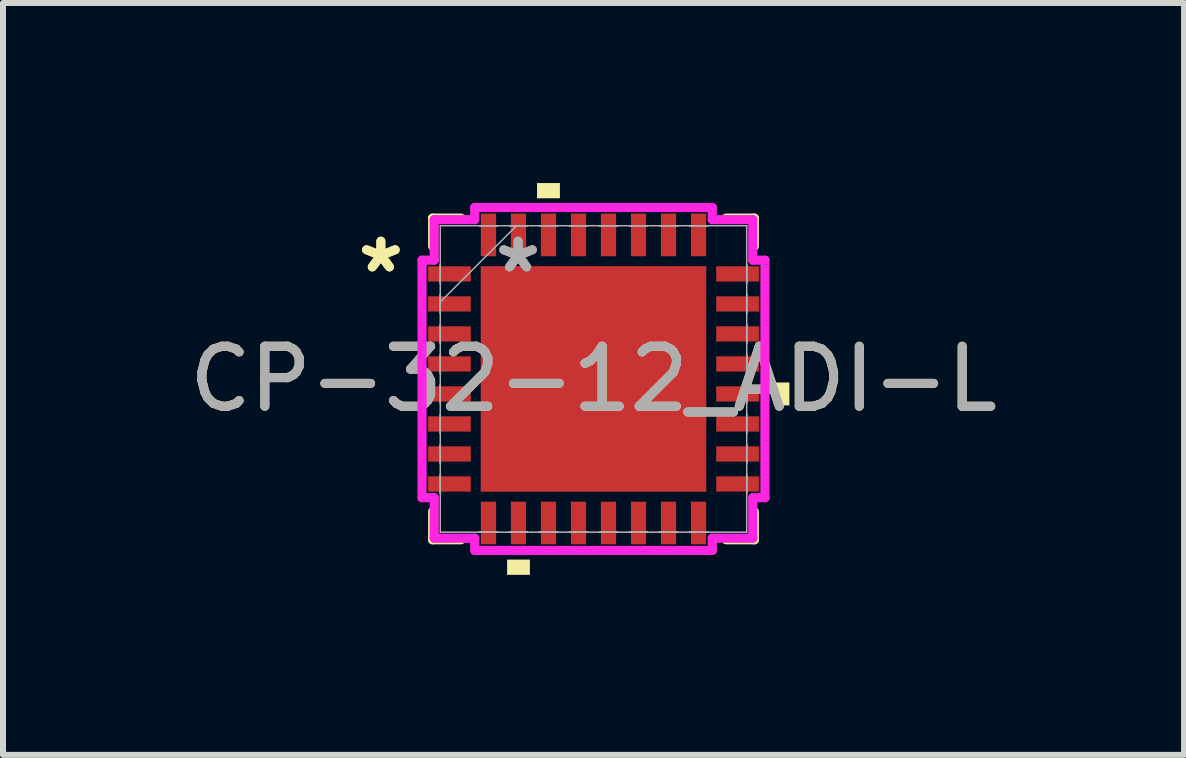
<source format=kicad_pcb>
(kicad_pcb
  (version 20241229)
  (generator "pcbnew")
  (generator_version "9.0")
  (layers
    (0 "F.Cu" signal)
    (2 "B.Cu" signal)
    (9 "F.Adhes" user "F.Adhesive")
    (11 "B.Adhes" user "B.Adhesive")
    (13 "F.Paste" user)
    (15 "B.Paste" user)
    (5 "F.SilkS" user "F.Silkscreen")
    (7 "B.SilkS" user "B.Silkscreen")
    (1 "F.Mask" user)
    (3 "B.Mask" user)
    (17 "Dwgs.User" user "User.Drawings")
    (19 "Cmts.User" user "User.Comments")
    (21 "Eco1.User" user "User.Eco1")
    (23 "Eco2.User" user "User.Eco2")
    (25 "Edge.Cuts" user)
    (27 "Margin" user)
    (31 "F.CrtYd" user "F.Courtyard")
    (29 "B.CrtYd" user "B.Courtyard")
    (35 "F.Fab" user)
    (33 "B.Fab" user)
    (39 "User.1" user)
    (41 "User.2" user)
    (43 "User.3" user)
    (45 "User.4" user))
  (footprint "CP-32-12_ADI-L"
    (layer "F.Cu")
    (at 6.839 3.264)
    (property "Reference" "CP-32-12_ADI-L" (at 0 0 0) (unlocked yes) (layer "F.SilkS") (effects (font (size 1 1) (thickness 0.15))))
    (attr smd)
    (fp_line (start -2.68 -2.68) (end -2.68 -2.21) (stroke (width 0.152) (type solid)) (layer "F.SilkS"))
    (fp_line (start -2.68 2.21) (end -2.68 2.68) (stroke (width 0.152) (type solid)) (layer "F.SilkS"))
    (fp_line (start -2.68 2.68) (end -2.21 2.68) (stroke (width 0.152) (type solid)) (layer "F.SilkS"))
    (fp_line (start -2.21 -2.68) (end -2.68 -2.68) (stroke (width 0.152) (type solid)) (layer "F.SilkS"))
    (fp_line (start 2.21 2.68) (end 2.68 2.68) (stroke (width 0.152) (type solid)) (layer "F.SilkS"))
    (fp_line (start 2.68 -2.68) (end 2.21 -2.68) (stroke (width 0.152) (type solid)) (layer "F.SilkS"))
    (fp_line (start 2.68 -2.21) (end 2.68 -2.68) (stroke (width 0.152) (type solid)) (layer "F.SilkS"))
    (fp_line (start 2.68 2.68) (end 2.68 2.21) (stroke (width 0.152) (type solid)) (layer "F.SilkS"))
    (fp_poly (pts (xy -1.44 3.01) (xy -1.44 3.264) (xy -1.06 3.264) (xy -1.06 3.01)) (stroke (width 0) (type solid)) (fill yes) (layer "F.SilkS"))
    (fp_poly (pts (xy -0.941 -3.01) (xy -0.941 -3.264) (xy -0.56 -3.264) (xy -0.56 -3.01)) (stroke (width 0) (type solid)) (fill yes) (layer "F.SilkS"))
    (fp_poly (pts (xy 3.264 0.059) (xy 3.264 0.441) (xy 3.01 0.441) (xy 3.01 0.059)) (stroke (width 0) (type solid)) (fill yes) (layer "F.SilkS"))
    (fp_line (start -2.857 -1.979) (end -2.654 -1.979) (stroke (width 0.152) (type solid)) (layer "F.CrtYd"))
    (fp_line (start -2.857 1.979) (end -2.857 -1.979) (stroke (width 0.152) (type solid)) (layer "F.CrtYd"))
    (fp_line (start -2.654 -2.654) (end -1.979 -2.654) (stroke (width 0.152) (type solid)) (layer "F.CrtYd"))
    (fp_line (start -2.654 -1.979) (end -2.654 -2.654) (stroke (width 0.152) (type solid)) (layer "F.CrtYd"))
    (fp_line (start -2.654 1.979) (end -2.857 1.979) (stroke (width 0.152) (type solid)) (layer "F.CrtYd"))
    (fp_line (start -2.654 2.654) (end -2.654 1.979) (stroke (width 0.152) (type solid)) (layer "F.CrtYd"))
    (fp_line (start -1.979 -2.857) (end 1.979 -2.857) (stroke (width 0.152) (type solid)) (layer "F.CrtYd"))
    (fp_line (start -1.979 -2.654) (end -1.979 -2.857) (stroke (width 0.152) (type solid)) (layer "F.CrtYd"))
    (fp_line (start -1.979 2.654) (end -2.654 2.654) (stroke (width 0.152) (type solid)) (layer "F.CrtYd"))
    (fp_line (start -1.979 2.857) (end -1.979 2.654) (stroke (width 0.152) (type solid)) (layer "F.CrtYd"))
    (fp_line (start 1.979 -2.857) (end 1.979 -2.654) (stroke (width 0.152) (type solid)) (layer "F.CrtYd"))
    (fp_line (start 1.979 -2.654) (end 2.654 -2.654) (stroke (width 0.152) (type solid)) (layer "F.CrtYd"))
    (fp_line (start 1.979 2.654) (end 1.979 2.857) (stroke (width 0.152) (type solid)) (layer "F.CrtYd"))
    (fp_line (start 1.979 2.857) (end -1.979 2.857) (stroke (width 0.152) (type solid)) (layer "F.CrtYd"))
    (fp_line (start 2.654 -2.654) (end 2.654 -1.979) (stroke (width 0.152) (type solid)) (layer "F.CrtYd"))
    (fp_line (start 2.654 -1.979) (end 2.857 -1.979) (stroke (width 0.152) (type solid)) (layer "F.CrtYd"))
    (fp_line (start 2.654 1.979) (end 2.654 2.654) (stroke (width 0.152) (type solid)) (layer "F.CrtYd"))
    (fp_line (start 2.654 2.654) (end 1.979 2.654) (stroke (width 0.152) (type solid)) (layer "F.CrtYd"))
    (fp_line (start 2.857 -1.979) (end 2.857 1.979) (stroke (width 0.152) (type solid)) (layer "F.CrtYd"))
    (fp_line (start 2.857 1.979) (end 2.654 1.979) (stroke (width 0.152) (type solid)) (layer "F.CrtYd"))
    (fp_line (start -2.553 -2.553) (end -2.553 2.553) (stroke (width 0.025) (type solid)) (layer "F.Fab"))
    (fp_line (start -2.553 -1.902) (end -2.553 -1.902) (stroke (width 0.025) (type solid)) (layer "F.Fab"))
    (fp_line (start -2.553 -1.902) (end -2.553 -1.598) (stroke (width 0.025) (type solid)) (layer "F.Fab"))
    (fp_line (start -2.553 -1.598) (end -2.553 -1.902) (stroke (width 0.025) (type solid)) (layer "F.Fab"))
    (fp_line (start -2.553 -1.598) (end -2.553 -1.598) (stroke (width 0.025) (type solid)) (layer "F.Fab"))
    (fp_line (start -2.553 -1.402) (end -2.553 -1.402) (stroke (width 0.025) (type solid)) (layer "F.Fab"))
    (fp_line (start -2.553 -1.402) (end -2.553 -1.098) (stroke (width 0.025) (type solid)) (layer "F.Fab"))
    (fp_line (start -2.553 -1.283) (end -1.283 -2.553) (stroke (width 0.025) (type solid)) (layer "F.Fab"))
    (fp_line (start -2.553 -1.098) (end -2.553 -1.402) (stroke (width 0.025) (type solid)) (layer "F.Fab"))
    (fp_line (start -2.553 -1.098) (end -2.553 -1.098) (stroke (width 0.025) (type solid)) (layer "F.Fab"))
    (fp_line (start -2.553 -0.902) (end -2.553 -0.902) (stroke (width 0.025) (type solid)) (layer "F.Fab"))
    (fp_line (start -2.553 -0.902) (end -2.553 -0.598) (stroke (width 0.025) (type solid)) (layer "F.Fab"))
    (fp_line (start -2.553 -0.598) (end -2.553 -0.902) (stroke (width 0.025) (type solid)) (layer "F.Fab"))
    (fp_line (start -2.553 -0.598) (end -2.553 -0.598) (stroke (width 0.025) (type solid)) (layer "F.Fab"))
    (fp_line (start -2.553 -0.402) (end -2.553 -0.402) (stroke (width 0.025) (type solid)) (layer "F.Fab"))
    (fp_line (start -2.553 -0.402) (end -2.553 -0.098) (stroke (width 0.025) (type solid)) (layer "F.Fab"))
    (fp_line (start -2.553 -0.098) (end -2.553 -0.402) (stroke (width 0.025) (type solid)) (layer "F.Fab"))
    (fp_line (start -2.553 -0.098) (end -2.553 -0.098) (stroke (width 0.025) (type solid)) (layer "F.Fab"))
    (fp_line (start -2.553 0.098) (end -2.553 0.098) (stroke (width 0.025) (type solid)) (layer "F.Fab"))
    (fp_line (start -2.553 0.098) (end -2.553 0.402) (stroke (width 0.025) (type solid)) (layer "F.Fab"))
    (fp_line (start -2.553 0.402) (end -2.553 0.098) (stroke (width 0.025) (type solid)) (layer "F.Fab"))
    (fp_line (start -2.553 0.402) (end -2.553 0.402) (stroke (width 0.025) (type solid)) (layer "F.Fab"))
    (fp_line (start -2.553 0.598) (end -2.553 0.598) (stroke (width 0.025) (type solid)) (layer "F.Fab"))
    (fp_line (start -2.553 0.598) (end -2.553 0.902) (stroke (width 0.025) (type solid)) (layer "F.Fab"))
    (fp_line (start -2.553 0.902) (end -2.553 0.598) (stroke (width 0.025) (type solid)) (layer "F.Fab"))
    (fp_line (start -2.553 0.902) (end -2.553 0.902) (stroke (width 0.025) (type solid)) (layer "F.Fab"))
    (fp_line (start -2.553 1.098) (end -2.553 1.098) (stroke (width 0.025) (type solid)) (layer "F.Fab"))
    (fp_line (start -2.553 1.098) (end -2.553 1.402) (stroke (width 0.025) (type solid)) (layer "F.Fab"))
    (fp_line (start -2.553 1.402) (end -2.553 1.098) (stroke (width 0.025) (type solid)) (layer "F.Fab"))
    (fp_line (start -2.553 1.402) (end -2.553 1.402) (stroke (width 0.025) (type solid)) (layer "F.Fab"))
    (fp_line (start -2.553 1.598) (end -2.553 1.598) (stroke (width 0.025) (type solid)) (layer "F.Fab"))
    (fp_line (start -2.553 1.598) (end -2.553 1.902) (stroke (width 0.025) (type solid)) (layer "F.Fab"))
    (fp_line (start -2.553 1.902) (end -2.553 1.598) (stroke (width 0.025) (type solid)) (layer "F.Fab"))
    (fp_line (start -2.553 1.902) (end -2.553 1.902) (stroke (width 0.025) (type solid)) (layer "F.Fab"))
    (fp_line (start -2.553 2.553) (end 2.553 2.553) (stroke (width 0.025) (type solid)) (layer "F.Fab"))
    (fp_line (start -1.902 -2.553) (end -1.902 -2.553) (stroke (width 0.025) (type solid)) (layer "F.Fab"))
    (fp_line (start -1.902 -2.553) (end -1.598 -2.553) (stroke (width 0.025) (type solid)) (layer "F.Fab"))
    (fp_line (start -1.902 2.553) (end -1.902 2.553) (stroke (width 0.025) (type solid)) (layer "F.Fab"))
    (fp_line (start -1.902 2.553) (end -1.598 2.553) (stroke (width 0.025) (type solid)) (layer "F.Fab"))
    (fp_line (start -1.598 -2.553) (end -1.902 -2.553) (stroke (width 0.025) (type solid)) (layer "F.Fab"))
    (fp_line (start -1.598 -2.553) (end -1.598 -2.553) (stroke (width 0.025) (type solid)) (layer "F.Fab"))
    (fp_line (start -1.598 2.553) (end -1.902 2.553) (stroke (width 0.025) (type solid)) (layer "F.Fab"))
    (fp_line (start -1.598 2.553) (end -1.598 2.553) (stroke (width 0.025) (type solid)) (layer "F.Fab"))
    (fp_line (start -1.402 -2.553) (end -1.402 -2.553) (stroke (width 0.025) (type solid)) (layer "F.Fab"))
    (fp_line (start -1.402 -2.553) (end -1.098 -2.553) (stroke (width 0.025) (type solid)) (layer "F.Fab"))
    (fp_line (start -1.402 2.553) (end -1.402 2.553) (stroke (width 0.025) (type solid)) (layer "F.Fab"))
    (fp_line (start -1.402 2.553) (end -1.098 2.553) (stroke (width 0.025) (type solid)) (layer "F.Fab"))
    (fp_line (start -1.098 -2.553) (end -1.402 -2.553) (stroke (width 0.025) (type solid)) (layer "F.Fab"))
    (fp_line (start -1.098 -2.553) (end -1.098 -2.553) (stroke (width 0.025) (type solid)) (layer "F.Fab"))
    (fp_line (start -1.098 2.553) (end -1.402 2.553) (stroke (width 0.025) (type solid)) (layer "F.Fab"))
    (fp_line (start -1.098 2.553) (end -1.098 2.553) (stroke (width 0.025) (type solid)) (layer "F.Fab"))
    (fp_line (start -0.902 -2.553) (end -0.902 -2.553) (stroke (width 0.025) (type solid)) (layer "F.Fab"))
    (fp_line (start -0.902 -2.553) (end -0.598 -2.553) (stroke (width 0.025) (type solid)) (layer "F.Fab"))
    (fp_line (start -0.902 2.553) (end -0.902 2.553) (stroke (width 0.025) (type solid)) (layer "F.Fab"))
    (fp_line (start -0.902 2.553) (end -0.598 2.553) (stroke (width 0.025) (type solid)) (layer "F.Fab"))
    (fp_line (start -0.598 -2.553) (end -0.902 -2.553) (stroke (width 0.025) (type solid)) (layer "F.Fab"))
    (fp_line (start -0.598 -2.553) (end -0.598 -2.553) (stroke (width 0.025) (type solid)) (layer "F.Fab"))
    (fp_line (start -0.598 2.553) (end -0.902 2.553) (stroke (width 0.025) (type solid)) (layer "F.Fab"))
    (fp_line (start -0.598 2.553) (end -0.598 2.553) (stroke (width 0.025) (type solid)) (layer "F.Fab"))
    (fp_line (start -0.402 -2.553) (end -0.402 -2.553) (stroke (width 0.025) (type solid)) (layer "F.Fab"))
    (fp_line (start -0.402 -2.553) (end -0.098 -2.553) (stroke (width 0.025) (type solid)) (layer "F.Fab"))
    (fp_line (start -0.402 2.553) (end -0.402 2.553) (stroke (width 0.025) (type solid)) (layer "F.Fab"))
    (fp_line (start -0.402 2.553) (end -0.098 2.553) (stroke (width 0.025) (type solid)) (layer "F.Fab"))
    (fp_line (start -0.098 -2.553) (end -0.402 -2.553) (stroke (width 0.025) (type solid)) (layer "F.Fab"))
    (fp_line (start -0.098 -2.553) (end -0.098 -2.553) (stroke (width 0.025) (type solid)) (layer "F.Fab"))
    (fp_line (start -0.098 2.553) (end -0.402 2.553) (stroke (width 0.025) (type solid)) (layer "F.Fab"))
    (fp_line (start -0.098 2.553) (end -0.098 2.553) (stroke (width 0.025) (type solid)) (layer "F.Fab"))
    (fp_line (start 0.098 -2.553) (end 0.098 -2.553) (stroke (width 0.025) (type solid)) (layer "F.Fab"))
    (fp_line (start 0.098 -2.553) (end 0.402 -2.553) (stroke (width 0.025) (type solid)) (layer "F.Fab"))
    (fp_line (start 0.098 2.553) (end 0.098 2.553) (stroke (width 0.025) (type solid)) (layer "F.Fab"))
    (fp_line (start 0.098 2.553) (end 0.402 2.553) (stroke (width 0.025) (type solid)) (layer "F.Fab"))
    (fp_line (start 0.402 -2.553) (end 0.098 -2.553) (stroke (width 0.025) (type solid)) (layer "F.Fab"))
    (fp_line (start 0.402 -2.553) (end 0.402 -2.553) (stroke (width 0.025) (type solid)) (layer "F.Fab"))
    (fp_line (start 0.402 2.553) (end 0.098 2.553) (stroke (width 0.025) (type solid)) (layer "F.Fab"))
    (fp_line (start 0.402 2.553) (end 0.402 2.553) (stroke (width 0.025) (type solid)) (layer "F.Fab"))
    (fp_line (start 0.598 -2.553) (end 0.598 -2.553) (stroke (width 0.025) (type solid)) (layer "F.Fab"))
    (fp_line (start 0.598 -2.553) (end 0.902 -2.553) (stroke (width 0.025) (type solid)) (layer "F.Fab"))
    (fp_line (start 0.598 2.553) (end 0.598 2.553) (stroke (width 0.025) (type solid)) (layer "F.Fab"))
    (fp_line (start 0.598 2.553) (end 0.902 2.553) (stroke (width 0.025) (type solid)) (layer "F.Fab"))
    (fp_line (start 0.902 -2.553) (end 0.598 -2.553) (stroke (width 0.025) (type solid)) (layer "F.Fab"))
    (fp_line (start 0.902 -2.553) (end 0.902 -2.553) (stroke (width 0.025) (type solid)) (layer "F.Fab"))
    (fp_line (start 0.902 2.553) (end 0.598 2.553) (stroke (width 0.025) (type solid)) (layer "F.Fab"))
    (fp_line (start 0.902 2.553) (end 0.902 2.553) (stroke (width 0.025) (type solid)) (layer "F.Fab"))
    (fp_line (start 1.098 -2.553) (end 1.098 -2.553) (stroke (width 0.025) (type solid)) (layer "F.Fab"))
    (fp_line (start 1.098 -2.553) (end 1.402 -2.553) (stroke (width 0.025) (type solid)) (layer "F.Fab"))
    (fp_line (start 1.098 2.553) (end 1.098 2.553) (stroke (width 0.025) (type solid)) (layer "F.Fab"))
    (fp_line (start 1.098 2.553) (end 1.402 2.553) (stroke (width 0.025) (type solid)) (layer "F.Fab"))
    (fp_line (start 1.402 -2.553) (end 1.098 -2.553) (stroke (width 0.025) (type solid)) (layer "F.Fab"))
    (fp_line (start 1.402 -2.553) (end 1.402 -2.553) (stroke (width 0.025) (type solid)) (layer "F.Fab"))
    (fp_line (start 1.402 2.553) (end 1.098 2.553) (stroke (width 0.025) (type solid)) (layer "F.Fab"))
    (fp_line (start 1.402 2.553) (end 1.402 2.553) (stroke (width 0.025) (type solid)) (layer "F.Fab"))
    (fp_line (start 1.598 -2.553) (end 1.598 -2.553) (stroke (width 0.025) (type solid)) (layer "F.Fab"))
    (fp_line (start 1.598 -2.553) (end 1.902 -2.553) (stroke (width 0.025) (type solid)) (layer "F.Fab"))
    (fp_line (start 1.598 2.553) (end 1.598 2.553) (stroke (width 0.025) (type solid)) (layer "F.Fab"))
    (fp_line (start 1.598 2.553) (end 1.902 2.553) (stroke (width 0.025) (type solid)) (layer "F.Fab"))
    (fp_line (start 1.902 -2.553) (end 1.598 -2.553) (stroke (width 0.025) (type solid)) (layer "F.Fab"))
    (fp_line (start 1.902 -2.553) (end 1.902 -2.553) (stroke (width 0.025) (type solid)) (layer "F.Fab"))
    (fp_line (start 1.902 2.553) (end 1.598 2.553) (stroke (width 0.025) (type solid)) (layer "F.Fab"))
    (fp_line (start 1.902 2.553) (end 1.902 2.553) (stroke (width 0.025) (type solid)) (layer "F.Fab"))
    (fp_line (start 2.553 -2.553) (end -2.553 -2.553) (stroke (width 0.025) (type solid)) (layer "F.Fab"))
    (fp_line (start 2.553 -1.902) (end 2.553 -1.902) (stroke (width 0.025) (type solid)) (layer "F.Fab"))
    (fp_line (start 2.553 -1.902) (end 2.553 -1.598) (stroke (width 0.025) (type solid)) (layer "F.Fab"))
    (fp_line (start 2.553 -1.598) (end 2.553 -1.902) (stroke (width 0.025) (type solid)) (layer "F.Fab"))
    (fp_line (start 2.553 -1.598) (end 2.553 -1.598) (stroke (width 0.025) (type solid)) (layer "F.Fab"))
    (fp_line (start 2.553 -1.402) (end 2.553 -1.402) (stroke (width 0.025) (type solid)) (layer "F.Fab"))
    (fp_line (start 2.553 -1.402) (end 2.553 -1.098) (stroke (width 0.025) (type solid)) (layer "F.Fab"))
    (fp_line (start 2.553 -1.098) (end 2.553 -1.402) (stroke (width 0.025) (type solid)) (layer "F.Fab"))
    (fp_line (start 2.553 -1.098) (end 2.553 -1.098) (stroke (width 0.025) (type solid)) (layer "F.Fab"))
    (fp_line (start 2.553 -0.902) (end 2.553 -0.902) (stroke (width 0.025) (type solid)) (layer "F.Fab"))
    (fp_line (start 2.553 -0.902) (end 2.553 -0.598) (stroke (width 0.025) (type solid)) (layer "F.Fab"))
    (fp_line (start 2.553 -0.598) (end 2.553 -0.902) (stroke (width 0.025) (type solid)) (layer "F.Fab"))
    (fp_line (start 2.553 -0.598) (end 2.553 -0.598) (stroke (width 0.025) (type solid)) (layer "F.Fab"))
    (fp_line (start 2.553 -0.402) (end 2.553 -0.402) (stroke (width 0.025) (type solid)) (layer "F.Fab"))
    (fp_line (start 2.553 -0.402) (end 2.553 -0.098) (stroke (width 0.025) (type solid)) (layer "F.Fab"))
    (fp_line (start 2.553 -0.098) (end 2.553 -0.402) (stroke (width 0.025) (type solid)) (layer "F.Fab"))
    (fp_line (start 2.553 -0.098) (end 2.553 -0.098) (stroke (width 0.025) (type solid)) (layer "F.Fab"))
    (fp_line (start 2.553 0.098) (end 2.553 0.098) (stroke (width 0.025) (type solid)) (layer "F.Fab"))
    (fp_line (start 2.553 0.098) (end 2.553 0.402) (stroke (width 0.025) (type solid)) (layer "F.Fab"))
    (fp_line (start 2.553 0.402) (end 2.553 0.098) (stroke (width 0.025) (type solid)) (layer "F.Fab"))
    (fp_line (start 2.553 0.402) (end 2.553 0.402) (stroke (width 0.025) (type solid)) (layer "F.Fab"))
    (fp_line (start 2.553 0.598) (end 2.553 0.598) (stroke (width 0.025) (type solid)) (layer "F.Fab"))
    (fp_line (start 2.553 0.598) (end 2.553 0.902) (stroke (width 0.025) (type solid)) (layer "F.Fab"))
    (fp_line (start 2.553 0.902) (end 2.553 0.598) (stroke (width 0.025) (type solid)) (layer "F.Fab"))
    (fp_line (start 2.553 0.902) (end 2.553 0.902) (stroke (width 0.025) (type solid)) (layer "F.Fab"))
    (fp_line (start 2.553 1.098) (end 2.553 1.098) (stroke (width 0.025) (type solid)) (layer "F.Fab"))
    (fp_line (start 2.553 1.098) (end 2.553 1.402) (stroke (width 0.025) (type solid)) (layer "F.Fab"))
    (fp_line (start 2.553 1.402) (end 2.553 1.098) (stroke (width 0.025) (type solid)) (layer "F.Fab"))
    (fp_line (start 2.553 1.402) (end 2.553 1.402) (stroke (width 0.025) (type solid)) (layer "F.Fab"))
    (fp_line (start 2.553 1.598) (end 2.553 1.598) (stroke (width 0.025) (type solid)) (layer "F.Fab"))
    (fp_line (start 2.553 1.598) (end 2.553 1.902) (stroke (width 0.025) (type solid)) (layer "F.Fab"))
    (fp_line (start 2.553 1.902) (end 2.553 1.598) (stroke (width 0.025) (type solid)) (layer "F.Fab"))
    (fp_line (start 2.553 1.902) (end 2.553 1.902) (stroke (width 0.025) (type solid)) (layer "F.Fab"))
    (fp_line (start 2.553 2.553) (end 2.553 -2.553) (stroke (width 0.025) (type solid)) (layer "F.Fab"))
    (fp_text user "*" (at -3.543 -1.75 0) (layer "F.SilkS") (effects (font (size 1 1) (thickness 0.15))))
    (fp_text user "*" (at -3.543 -1.75 0) (unlocked yes) (layer "F.SilkS") (effects (font (size 1 1) (thickness 0.15))))
    (fp_text user "*" (at -1.257 -1.75 0) (layer "F.Fab") (effects (font (size 1 1) (thickness 0.15))))
    (fp_text user "*" (at -1.257 -1.75 0) (unlocked yes) (layer "F.Fab") (effects (font (size 1 1) (thickness 0.15))))
    (fp_text user "${REFERENCE}" (at 0 0 0) (unlocked yes) (layer "F.Fab") (effects (font (size 1 1) (thickness 0.15))))
    (pad "1" smd rect (at -2.4 -1.75 90) (size 0.254 0.711) (layers "F.Cu" "F.Mask" "F.Paste"))
    (pad "2" smd rect (at -2.4 -1.25 90) (size 0.254 0.711) (layers "F.Cu" "F.Mask" "F.Paste"))
    (pad "3" smd rect (at -2.4 -0.75 90) (size 0.254 0.711) (layers "F.Cu" "F.Mask" "F.Paste"))
    (pad "4" smd rect (at -2.4 -0.25 90) (size 0.254 0.711) (layers "F.Cu" "F.Mask" "F.Paste"))
    (pad "5" smd rect (at -2.4 0.25 90) (size 0.254 0.711) (layers "F.Cu" "F.Mask" "F.Paste"))
    (pad "6" smd rect (at -2.4 0.75 90) (size 0.254 0.711) (layers "F.Cu" "F.Mask" "F.Paste"))
    (pad "7" smd rect (at -2.4 1.25 90) (size 0.254 0.711) (layers "F.Cu" "F.Mask" "F.Paste"))
    (pad "8" smd rect (at -2.4 1.75 90) (size 0.254 0.711) (layers "F.Cu" "F.Mask" "F.Paste"))
    (pad "9" smd rect (at -1.75 2.4) (size 0.254 0.711) (layers "F.Cu" "F.Mask" "F.Paste"))
    (pad "10" smd rect (at -1.25 2.4) (size 0.254 0.711) (layers "F.Cu" "F.Mask" "F.Paste"))
    (pad "11" smd rect (at -0.75 2.4) (size 0.254 0.711) (layers "F.Cu" "F.Mask" "F.Paste"))
    (pad "12" smd rect (at -0.25 2.4) (size 0.254 0.711) (layers "F.Cu" "F.Mask" "F.Paste"))
    (pad "13" smd rect (at 0.25 2.4) (size 0.254 0.711) (layers "F.Cu" "F.Mask" "F.Paste"))
    (pad "14" smd rect (at 0.75 2.4) (size 0.254 0.711) (layers "F.Cu" "F.Mask" "F.Paste"))
    (pad "15" smd rect (at 1.25 2.4) (size 0.254 0.711) (layers "F.Cu" "F.Mask" "F.Paste"))
    (pad "16" smd rect (at 1.75 2.4) (size 0.254 0.711) (layers "F.Cu" "F.Mask" "F.Paste"))
    (pad "17" smd rect (at 2.4 1.75 90) (size 0.254 0.711) (layers "F.Cu" "F.Mask" "F.Paste"))
    (pad "18" smd rect (at 2.4 1.25 90) (size 0.254 0.711) (layers "F.Cu" "F.Mask" "F.Paste"))
    (pad "19" smd rect (at 2.4 0.75 90) (size 0.254 0.711) (layers "F.Cu" "F.Mask" "F.Paste"))
    (pad "20" smd rect (at 2.4 0.25 90) (size 0.254 0.711) (layers "F.Cu" "F.Mask" "F.Paste"))
    (pad "21" smd rect (at 2.4 -0.25 90) (size 0.254 0.711) (layers "F.Cu" "F.Mask" "F.Paste"))
    (pad "22" smd rect (at 2.4 -0.75 90) (size 0.254 0.711) (layers "F.Cu" "F.Mask" "F.Paste"))
    (pad "23" smd rect (at 2.4 -1.25 90) (size 0.254 0.711) (layers "F.Cu" "F.Mask" "F.Paste"))
    (pad "24" smd rect (at 2.4 -1.75 90) (size 0.254 0.711) (layers "F.Cu" "F.Mask" "F.Paste"))
    (pad "25" smd rect (at 1.75 -2.4) (size 0.254 0.711) (layers "F.Cu" "F.Mask" "F.Paste"))
    (pad "26" smd rect (at 1.25 -2.4) (size 0.254 0.711) (layers "F.Cu" "F.Mask" "F.Paste"))
    (pad "27" smd rect (at 0.75 -2.4) (size 0.254 0.711) (layers "F.Cu" "F.Mask" "F.Paste"))
    (pad "28" smd rect (at 0.25 -2.4) (size 0.254 0.711) (layers "F.Cu" "F.Mask" "F.Paste"))
    (pad "29" smd rect (at -0.25 -2.4) (size 0.254 0.711) (layers "F.Cu" "F.Mask" "F.Paste"))
    (pad "30" smd rect (at -0.75 -2.4) (size 0.254 0.711) (layers "F.Cu" "F.Mask" "F.Paste"))
    (pad "31" smd rect (at -1.25 -2.4) (size 0.254 0.711) (layers "F.Cu" "F.Mask" "F.Paste"))
    (pad "32" smd rect (at -1.75 -2.4) (size 0.254 0.711) (layers "F.Cu" "F.Mask" "F.Paste"))
    (pad "33" smd rect (at 0 0) (size 3.759 3.759) (layers "F.Cu" "F.Mask" "F.Paste")))
  (gr_rect
    (start -3 -3)
    (end 16.679 9.528)
    (stroke (width 0.1) (type default))
    (fill no)
    (layer "Edge.Cuts")))
</source>
